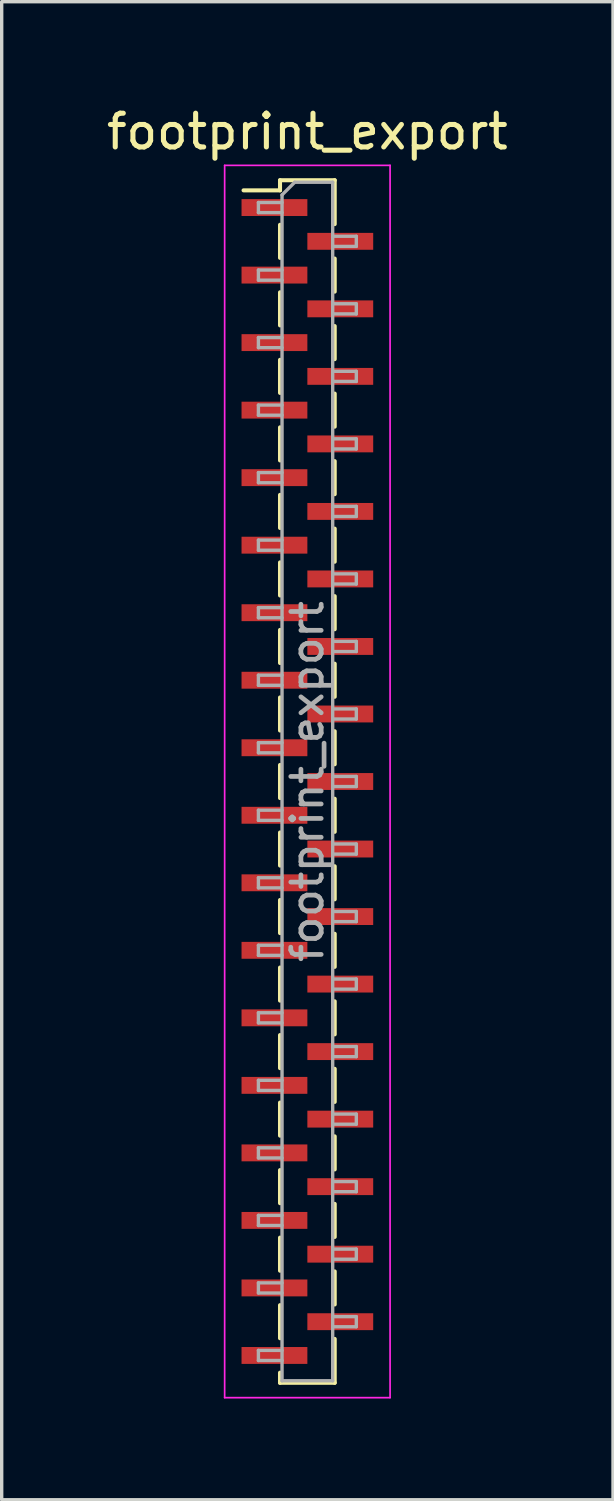
<source format=kicad_pcb>
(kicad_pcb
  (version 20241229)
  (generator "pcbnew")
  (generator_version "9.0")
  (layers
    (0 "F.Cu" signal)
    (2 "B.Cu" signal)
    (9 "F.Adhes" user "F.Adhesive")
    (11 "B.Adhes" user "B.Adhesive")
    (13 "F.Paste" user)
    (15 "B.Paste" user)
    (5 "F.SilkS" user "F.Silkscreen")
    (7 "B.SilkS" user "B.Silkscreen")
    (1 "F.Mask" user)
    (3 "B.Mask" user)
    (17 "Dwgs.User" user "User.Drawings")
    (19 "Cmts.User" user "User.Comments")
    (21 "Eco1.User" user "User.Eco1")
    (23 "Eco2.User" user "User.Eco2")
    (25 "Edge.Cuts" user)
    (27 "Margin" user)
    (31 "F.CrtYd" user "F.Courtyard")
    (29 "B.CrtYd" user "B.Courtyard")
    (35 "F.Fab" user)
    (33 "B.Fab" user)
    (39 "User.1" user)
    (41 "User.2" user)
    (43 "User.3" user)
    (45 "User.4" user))
  (footprint "footprint_export"
    (layer "F.Cu")
    (at 6.054 20.098)
    (property "Reference" "footprint_export" (at 0 -19.25 0) (layer "F.SilkS") (effects (font (size 1 1) (thickness 0.15))))
    (attr smd)
    (fp_line (start -1.89 -17.51) (end -0.81 -17.51) (stroke (width 0.12) (type solid)) (layer "F.SilkS"))
    (fp_line (start -0.81 -17.81) (end -0.81 -17.51) (stroke (width 0.12) (type solid)) (layer "F.SilkS"))
    (fp_line (start -0.81 -17.81) (end 0.81 -17.81) (stroke (width 0.12) (type solid)) (layer "F.SilkS"))
    (fp_line (start -0.81 -16.49) (end -0.81 -15.51) (stroke (width 0.12) (type solid)) (layer "F.SilkS"))
    (fp_line (start -0.81 -14.49) (end -0.81 -13.51) (stroke (width 0.12) (type solid)) (layer "F.SilkS"))
    (fp_line (start -0.81 -12.49) (end -0.81 -11.51) (stroke (width 0.12) (type solid)) (layer "F.SilkS"))
    (fp_line (start -0.81 -10.49) (end -0.81 -9.51) (stroke (width 0.12) (type solid)) (layer "F.SilkS"))
    (fp_line (start -0.81 -8.49) (end -0.81 -7.51) (stroke (width 0.12) (type solid)) (layer "F.SilkS"))
    (fp_line (start -0.81 -6.49) (end -0.81 -5.51) (stroke (width 0.12) (type solid)) (layer "F.SilkS"))
    (fp_line (start -0.81 -4.49) (end -0.81 -3.51) (stroke (width 0.12) (type solid)) (layer "F.SilkS"))
    (fp_line (start -0.81 -2.49) (end -0.81 -1.51) (stroke (width 0.12) (type solid)) (layer "F.SilkS"))
    (fp_line (start -0.81 -0.49) (end -0.81 0.49) (stroke (width 0.12) (type solid)) (layer "F.SilkS"))
    (fp_line (start -0.81 1.51) (end -0.81 2.49) (stroke (width 0.12) (type solid)) (layer "F.SilkS"))
    (fp_line (start -0.81 3.51) (end -0.81 4.49) (stroke (width 0.12) (type solid)) (layer "F.SilkS"))
    (fp_line (start -0.81 5.51) (end -0.81 6.49) (stroke (width 0.12) (type solid)) (layer "F.SilkS"))
    (fp_line (start -0.81 7.51) (end -0.81 8.49) (stroke (width 0.12) (type solid)) (layer "F.SilkS"))
    (fp_line (start -0.81 9.51) (end -0.81 10.49) (stroke (width 0.12) (type solid)) (layer "F.SilkS"))
    (fp_line (start -0.81 11.51) (end -0.81 12.49) (stroke (width 0.12) (type solid)) (layer "F.SilkS"))
    (fp_line (start -0.81 13.51) (end -0.81 14.49) (stroke (width 0.12) (type solid)) (layer "F.SilkS"))
    (fp_line (start -0.81 15.51) (end -0.81 16.49) (stroke (width 0.12) (type solid)) (layer "F.SilkS"))
    (fp_line (start -0.81 17.51) (end -0.81 17.81) (stroke (width 0.12) (type solid)) (layer "F.SilkS"))
    (fp_line (start -0.81 17.81) (end 0.81 17.81) (stroke (width 0.12) (type solid)) (layer "F.SilkS"))
    (fp_line (start 0.81 -17.81) (end 0.81 -16.51) (stroke (width 0.12) (type solid)) (layer "F.SilkS"))
    (fp_line (start 0.81 -15.49) (end 0.81 -14.51) (stroke (width 0.12) (type solid)) (layer "F.SilkS"))
    (fp_line (start 0.81 -13.49) (end 0.81 -12.51) (stroke (width 0.12) (type solid)) (layer "F.SilkS"))
    (fp_line (start 0.81 -11.49) (end 0.81 -10.51) (stroke (width 0.12) (type solid)) (layer "F.SilkS"))
    (fp_line (start 0.81 -9.49) (end 0.81 -8.51) (stroke (width 0.12) (type solid)) (layer "F.SilkS"))
    (fp_line (start 0.81 -7.49) (end 0.81 -6.51) (stroke (width 0.12) (type solid)) (layer "F.SilkS"))
    (fp_line (start 0.81 -5.49) (end 0.81 -4.51) (stroke (width 0.12) (type solid)) (layer "F.SilkS"))
    (fp_line (start 0.81 -3.49) (end 0.81 -2.51) (stroke (width 0.12) (type solid)) (layer "F.SilkS"))
    (fp_line (start 0.81 -1.49) (end 0.81 -0.51) (stroke (width 0.12) (type solid)) (layer "F.SilkS"))
    (fp_line (start 0.81 0.51) (end 0.81 1.49) (stroke (width 0.12) (type solid)) (layer "F.SilkS"))
    (fp_line (start 0.81 2.51) (end 0.81 3.49) (stroke (width 0.12) (type solid)) (layer "F.SilkS"))
    (fp_line (start 0.81 4.51) (end 0.81 5.49) (stroke (width 0.12) (type solid)) (layer "F.SilkS"))
    (fp_line (start 0.81 6.51) (end 0.81 7.49) (stroke (width 0.12) (type solid)) (layer "F.SilkS"))
    (fp_line (start 0.81 8.51) (end 0.81 9.49) (stroke (width 0.12) (type solid)) (layer "F.SilkS"))
    (fp_line (start 0.81 10.51) (end 0.81 11.49) (stroke (width 0.12) (type solid)) (layer "F.SilkS"))
    (fp_line (start 0.81 12.51) (end 0.81 13.49) (stroke (width 0.12) (type solid)) (layer "F.SilkS"))
    (fp_line (start 0.81 14.51) (end 0.81 15.49) (stroke (width 0.12) (type solid)) (layer "F.SilkS"))
    (fp_line (start 0.81 16.51) (end 0.81 17.81) (stroke (width 0.12) (type solid)) (layer "F.SilkS"))
    (fp_line (start -2.45 -18.25) (end 2.45 -18.25) (stroke (width 0.05) (type solid)) (layer "F.CrtYd"))
    (fp_line (start -2.45 18.25) (end -2.45 -18.25) (stroke (width 0.05) (type solid)) (layer "F.CrtYd"))
    (fp_line (start 2.45 -18.25) (end 2.45 18.25) (stroke (width 0.05) (type solid)) (layer "F.CrtYd"))
    (fp_line (start 2.45 18.25) (end -2.45 18.25) (stroke (width 0.05) (type solid)) (layer "F.CrtYd"))
    (fp_line (start -1.45 -17.15) (end -0.75 -17.15) (stroke (width 0.1) (type solid)) (layer "F.Fab"))
    (fp_line (start -1.45 -16.85) (end -1.45 -17.15) (stroke (width 0.1) (type solid)) (layer "F.Fab"))
    (fp_line (start -1.45 -15.15) (end -0.75 -15.15) (stroke (width 0.1) (type solid)) (layer "F.Fab"))
    (fp_line (start -1.45 -14.85) (end -1.45 -15.15) (stroke (width 0.1) (type solid)) (layer "F.Fab"))
    (fp_line (start -1.45 -13.15) (end -0.75 -13.15) (stroke (width 0.1) (type solid)) (layer "F.Fab"))
    (fp_line (start -1.45 -12.85) (end -1.45 -13.15) (stroke (width 0.1) (type solid)) (layer "F.Fab"))
    (fp_line (start -1.45 -11.15) (end -0.75 -11.15) (stroke (width 0.1) (type solid)) (layer "F.Fab"))
    (fp_line (start -1.45 -10.85) (end -1.45 -11.15) (stroke (width 0.1) (type solid)) (layer "F.Fab"))
    (fp_line (start -1.45 -9.15) (end -0.75 -9.15) (stroke (width 0.1) (type solid)) (layer "F.Fab"))
    (fp_line (start -1.45 -8.85) (end -1.45 -9.15) (stroke (width 0.1) (type solid)) (layer "F.Fab"))
    (fp_line (start -1.45 -7.15) (end -0.75 -7.15) (stroke (width 0.1) (type solid)) (layer "F.Fab"))
    (fp_line (start -1.45 -6.85) (end -1.45 -7.15) (stroke (width 0.1) (type solid)) (layer "F.Fab"))
    (fp_line (start -1.45 -5.15) (end -0.75 -5.15) (stroke (width 0.1) (type solid)) (layer "F.Fab"))
    (fp_line (start -1.45 -4.85) (end -1.45 -5.15) (stroke (width 0.1) (type solid)) (layer "F.Fab"))
    (fp_line (start -1.45 -3.15) (end -0.75 -3.15) (stroke (width 0.1) (type solid)) (layer "F.Fab"))
    (fp_line (start -1.45 -2.85) (end -1.45 -3.15) (stroke (width 0.1) (type solid)) (layer "F.Fab"))
    (fp_line (start -1.45 -1.15) (end -0.75 -1.15) (stroke (width 0.1) (type solid)) (layer "F.Fab"))
    (fp_line (start -1.45 -0.85) (end -1.45 -1.15) (stroke (width 0.1) (type solid)) (layer "F.Fab"))
    (fp_line (start -1.45 0.85) (end -0.75 0.85) (stroke (width 0.1) (type solid)) (layer "F.Fab"))
    (fp_line (start -1.45 1.15) (end -1.45 0.85) (stroke (width 0.1) (type solid)) (layer "F.Fab"))
    (fp_line (start -1.45 2.85) (end -0.75 2.85) (stroke (width 0.1) (type solid)) (layer "F.Fab"))
    (fp_line (start -1.45 3.15) (end -1.45 2.85) (stroke (width 0.1) (type solid)) (layer "F.Fab"))
    (fp_line (start -1.45 4.85) (end -0.75 4.85) (stroke (width 0.1) (type solid)) (layer "F.Fab"))
    (fp_line (start -1.45 5.15) (end -1.45 4.85) (stroke (width 0.1) (type solid)) (layer "F.Fab"))
    (fp_line (start -1.45 6.85) (end -0.75 6.85) (stroke (width 0.1) (type solid)) (layer "F.Fab"))
    (fp_line (start -1.45 7.15) (end -1.45 6.85) (stroke (width 0.1) (type solid)) (layer "F.Fab"))
    (fp_line (start -1.45 8.85) (end -0.75 8.85) (stroke (width 0.1) (type solid)) (layer "F.Fab"))
    (fp_line (start -1.45 9.15) (end -1.45 8.85) (stroke (width 0.1) (type solid)) (layer "F.Fab"))
    (fp_line (start -1.45 10.85) (end -0.75 10.85) (stroke (width 0.1) (type solid)) (layer "F.Fab"))
    (fp_line (start -1.45 11.15) (end -1.45 10.85) (stroke (width 0.1) (type solid)) (layer "F.Fab"))
    (fp_line (start -1.45 12.85) (end -0.75 12.85) (stroke (width 0.1) (type solid)) (layer "F.Fab"))
    (fp_line (start -1.45 13.15) (end -1.45 12.85) (stroke (width 0.1) (type solid)) (layer "F.Fab"))
    (fp_line (start -1.45 14.85) (end -0.75 14.85) (stroke (width 0.1) (type solid)) (layer "F.Fab"))
    (fp_line (start -1.45 15.15) (end -1.45 14.85) (stroke (width 0.1) (type solid)) (layer "F.Fab"))
    (fp_line (start -1.45 16.85) (end -0.75 16.85) (stroke (width 0.1) (type solid)) (layer "F.Fab"))
    (fp_line (start -1.45 17.15) (end -1.45 16.85) (stroke (width 0.1) (type solid)) (layer "F.Fab"))
    (fp_line (start -0.75 -17.375) (end -0.375 -17.75) (stroke (width 0.1) (type solid)) (layer "F.Fab"))
    (fp_line (start -0.75 -16.85) (end -1.45 -16.85) (stroke (width 0.1) (type solid)) (layer "F.Fab"))
    (fp_line (start -0.75 -14.85) (end -1.45 -14.85) (stroke (width 0.1) (type solid)) (layer "F.Fab"))
    (fp_line (start -0.75 -12.85) (end -1.45 -12.85) (stroke (width 0.1) (type solid)) (layer "F.Fab"))
    (fp_line (start -0.75 -10.85) (end -1.45 -10.85) (stroke (width 0.1) (type solid)) (layer "F.Fab"))
    (fp_line (start -0.75 -8.85) (end -1.45 -8.85) (stroke (width 0.1) (type solid)) (layer "F.Fab"))
    (fp_line (start -0.75 -6.85) (end -1.45 -6.85) (stroke (width 0.1) (type solid)) (layer "F.Fab"))
    (fp_line (start -0.75 -4.85) (end -1.45 -4.85) (stroke (width 0.1) (type solid)) (layer "F.Fab"))
    (fp_line (start -0.75 -2.85) (end -1.45 -2.85) (stroke (width 0.1) (type solid)) (layer "F.Fab"))
    (fp_line (start -0.75 -0.85) (end -1.45 -0.85) (stroke (width 0.1) (type solid)) (layer "F.Fab"))
    (fp_line (start -0.75 1.15) (end -1.45 1.15) (stroke (width 0.1) (type solid)) (layer "F.Fab"))
    (fp_line (start -0.75 3.15) (end -1.45 3.15) (stroke (width 0.1) (type solid)) (layer "F.Fab"))
    (fp_line (start -0.75 5.15) (end -1.45 5.15) (stroke (width 0.1) (type solid)) (layer "F.Fab"))
    (fp_line (start -0.75 7.15) (end -1.45 7.15) (stroke (width 0.1) (type solid)) (layer "F.Fab"))
    (fp_line (start -0.75 9.15) (end -1.45 9.15) (stroke (width 0.1) (type solid)) (layer "F.Fab"))
    (fp_line (start -0.75 11.15) (end -1.45 11.15) (stroke (width 0.1) (type solid)) (layer "F.Fab"))
    (fp_line (start -0.75 13.15) (end -1.45 13.15) (stroke (width 0.1) (type solid)) (layer "F.Fab"))
    (fp_line (start -0.75 15.15) (end -1.45 15.15) (stroke (width 0.1) (type solid)) (layer "F.Fab"))
    (fp_line (start -0.75 17.15) (end -1.45 17.15) (stroke (width 0.1) (type solid)) (layer "F.Fab"))
    (fp_line (start -0.75 17.75) (end -0.75 -17.375) (stroke (width 0.1) (type solid)) (layer "F.Fab"))
    (fp_line (start -0.375 -17.75) (end 0.75 -17.75) (stroke (width 0.1) (type solid)) (layer "F.Fab"))
    (fp_line (start 0.75 -17.75) (end 0.75 17.75) (stroke (width 0.1) (type solid)) (layer "F.Fab"))
    (fp_line (start 0.75 -16.15) (end 1.45 -16.15) (stroke (width 0.1) (type solid)) (layer "F.Fab"))
    (fp_line (start 0.75 -14.15) (end 1.45 -14.15) (stroke (width 0.1) (type solid)) (layer "F.Fab"))
    (fp_line (start 0.75 -12.15) (end 1.45 -12.15) (stroke (width 0.1) (type solid)) (layer "F.Fab"))
    (fp_line (start 0.75 -10.15) (end 1.45 -10.15) (stroke (width 0.1) (type solid)) (layer "F.Fab"))
    (fp_line (start 0.75 -8.15) (end 1.45 -8.15) (stroke (width 0.1) (type solid)) (layer "F.Fab"))
    (fp_line (start 0.75 -6.15) (end 1.45 -6.15) (stroke (width 0.1) (type solid)) (layer "F.Fab"))
    (fp_line (start 0.75 -4.15) (end 1.45 -4.15) (stroke (width 0.1) (type solid)) (layer "F.Fab"))
    (fp_line (start 0.75 -2.15) (end 1.45 -2.15) (stroke (width 0.1) (type solid)) (layer "F.Fab"))
    (fp_line (start 0.75 -0.15) (end 1.45 -0.15) (stroke (width 0.1) (type solid)) (layer "F.Fab"))
    (fp_line (start 0.75 1.85) (end 1.45 1.85) (stroke (width 0.1) (type solid)) (layer "F.Fab"))
    (fp_line (start 0.75 3.85) (end 1.45 3.85) (stroke (width 0.1) (type solid)) (layer "F.Fab"))
    (fp_line (start 0.75 5.85) (end 1.45 5.85) (stroke (width 0.1) (type solid)) (layer "F.Fab"))
    (fp_line (start 0.75 7.85) (end 1.45 7.85) (stroke (width 0.1) (type solid)) (layer "F.Fab"))
    (fp_line (start 0.75 9.85) (end 1.45 9.85) (stroke (width 0.1) (type solid)) (layer "F.Fab"))
    (fp_line (start 0.75 11.85) (end 1.45 11.85) (stroke (width 0.1) (type solid)) (layer "F.Fab"))
    (fp_line (start 0.75 13.85) (end 1.45 13.85) (stroke (width 0.1) (type solid)) (layer "F.Fab"))
    (fp_line (start 0.75 15.85) (end 1.45 15.85) (stroke (width 0.1) (type solid)) (layer "F.Fab"))
    (fp_line (start 0.75 17.75) (end -0.75 17.75) (stroke (width 0.1) (type solid)) (layer "F.Fab"))
    (fp_line (start 1.45 -16.15) (end 1.45 -15.85) (stroke (width 0.1) (type solid)) (layer "F.Fab"))
    (fp_line (start 1.45 -15.85) (end 0.75 -15.85) (stroke (width 0.1) (type solid)) (layer "F.Fab"))
    (fp_line (start 1.45 -14.15) (end 1.45 -13.85) (stroke (width 0.1) (type solid)) (layer "F.Fab"))
    (fp_line (start 1.45 -13.85) (end 0.75 -13.85) (stroke (width 0.1) (type solid)) (layer "F.Fab"))
    (fp_line (start 1.45 -12.15) (end 1.45 -11.85) (stroke (width 0.1) (type solid)) (layer "F.Fab"))
    (fp_line (start 1.45 -11.85) (end 0.75 -11.85) (stroke (width 0.1) (type solid)) (layer "F.Fab"))
    (fp_line (start 1.45 -10.15) (end 1.45 -9.85) (stroke (width 0.1) (type solid)) (layer "F.Fab"))
    (fp_line (start 1.45 -9.85) (end 0.75 -9.85) (stroke (width 0.1) (type solid)) (layer "F.Fab"))
    (fp_line (start 1.45 -8.15) (end 1.45 -7.85) (stroke (width 0.1) (type solid)) (layer "F.Fab"))
    (fp_line (start 1.45 -7.85) (end 0.75 -7.85) (stroke (width 0.1) (type solid)) (layer "F.Fab"))
    (fp_line (start 1.45 -6.15) (end 1.45 -5.85) (stroke (width 0.1) (type solid)) (layer "F.Fab"))
    (fp_line (start 1.45 -5.85) (end 0.75 -5.85) (stroke (width 0.1) (type solid)) (layer "F.Fab"))
    (fp_line (start 1.45 -4.15) (end 1.45 -3.85) (stroke (width 0.1) (type solid)) (layer "F.Fab"))
    (fp_line (start 1.45 -3.85) (end 0.75 -3.85) (stroke (width 0.1) (type solid)) (layer "F.Fab"))
    (fp_line (start 1.45 -2.15) (end 1.45 -1.85) (stroke (width 0.1) (type solid)) (layer "F.Fab"))
    (fp_line (start 1.45 -1.85) (end 0.75 -1.85) (stroke (width 0.1) (type solid)) (layer "F.Fab"))
    (fp_line (start 1.45 -0.15) (end 1.45 0.15) (stroke (width 0.1) (type solid)) (layer "F.Fab"))
    (fp_line (start 1.45 0.15) (end 0.75 0.15) (stroke (width 0.1) (type solid)) (layer "F.Fab"))
    (fp_line (start 1.45 1.85) (end 1.45 2.15) (stroke (width 0.1) (type solid)) (layer "F.Fab"))
    (fp_line (start 1.45 2.15) (end 0.75 2.15) (stroke (width 0.1) (type solid)) (layer "F.Fab"))
    (fp_line (start 1.45 3.85) (end 1.45 4.15) (stroke (width 0.1) (type solid)) (layer "F.Fab"))
    (fp_line (start 1.45 4.15) (end 0.75 4.15) (stroke (width 0.1) (type solid)) (layer "F.Fab"))
    (fp_line (start 1.45 5.85) (end 1.45 6.15) (stroke (width 0.1) (type solid)) (layer "F.Fab"))
    (fp_line (start 1.45 6.15) (end 0.75 6.15) (stroke (width 0.1) (type solid)) (layer "F.Fab"))
    (fp_line (start 1.45 7.85) (end 1.45 8.15) (stroke (width 0.1) (type solid)) (layer "F.Fab"))
    (fp_line (start 1.45 8.15) (end 0.75 8.15) (stroke (width 0.1) (type solid)) (layer "F.Fab"))
    (fp_line (start 1.45 9.85) (end 1.45 10.15) (stroke (width 0.1) (type solid)) (layer "F.Fab"))
    (fp_line (start 1.45 10.15) (end 0.75 10.15) (stroke (width 0.1) (type solid)) (layer "F.Fab"))
    (fp_line (start 1.45 11.85) (end 1.45 12.15) (stroke (width 0.1) (type solid)) (layer "F.Fab"))
    (fp_line (start 1.45 12.15) (end 0.75 12.15) (stroke (width 0.1) (type solid)) (layer "F.Fab"))
    (fp_line (start 1.45 13.85) (end 1.45 14.15) (stroke (width 0.1) (type solid)) (layer "F.Fab"))
    (fp_line (start 1.45 14.15) (end 0.75 14.15) (stroke (width 0.1) (type solid)) (layer "F.Fab"))
    (fp_line (start 1.45 15.85) (end 1.45 16.15) (stroke (width 0.1) (type solid)) (layer "F.Fab"))
    (fp_line (start 1.45 16.15) (end 0.75 16.15) (stroke (width 0.1) (type solid)) (layer "F.Fab"))
    (fp_text user "${REFERENCE}" (at 0 0 90) (layer "F.Fab") (effects (font (size 0.9 0.9) (thickness 0.14))))
    (pad "1" smd rect (at -0.975 -17) (size 1.95 0.5) (layers "F.Cu" "F.Mask" "F.Paste"))
    (pad "2" smd rect (at 0.975 -16) (size 1.95 0.5) (layers "F.Cu" "F.Mask" "F.Paste"))
    (pad "3" smd rect (at -0.975 -15) (size 1.95 0.5) (layers "F.Cu" "F.Mask" "F.Paste"))
    (pad "4" smd rect (at 0.975 -14) (size 1.95 0.5) (layers "F.Cu" "F.Mask" "F.Paste"))
    (pad "5" smd rect (at -0.975 -13) (size 1.95 0.5) (layers "F.Cu" "F.Mask" "F.Paste"))
    (pad "6" smd rect (at 0.975 -12) (size 1.95 0.5) (layers "F.Cu" "F.Mask" "F.Paste"))
    (pad "7" smd rect (at -0.975 -11) (size 1.95 0.5) (layers "F.Cu" "F.Mask" "F.Paste"))
    (pad "8" smd rect (at 0.975 -10) (size 1.95 0.5) (layers "F.Cu" "F.Mask" "F.Paste"))
    (pad "9" smd rect (at -0.975 -9) (size 1.95 0.5) (layers "F.Cu" "F.Mask" "F.Paste"))
    (pad "10" smd rect (at 0.975 -8) (size 1.95 0.5) (layers "F.Cu" "F.Mask" "F.Paste"))
    (pad "11" smd rect (at -0.975 -7) (size 1.95 0.5) (layers "F.Cu" "F.Mask" "F.Paste"))
    (pad "12" smd rect (at 0.975 -6) (size 1.95 0.5) (layers "F.Cu" "F.Mask" "F.Paste"))
    (pad "13" smd rect (at -0.975 -5) (size 1.95 0.5) (layers "F.Cu" "F.Mask" "F.Paste"))
    (pad "14" smd rect (at 0.975 -4) (size 1.95 0.5) (layers "F.Cu" "F.Mask" "F.Paste"))
    (pad "15" smd rect (at -0.975 -3) (size 1.95 0.5) (layers "F.Cu" "F.Mask" "F.Paste"))
    (pad "16" smd rect (at 0.975 -2) (size 1.95 0.5) (layers "F.Cu" "F.Mask" "F.Paste"))
    (pad "17" smd rect (at -0.975 -1) (size 1.95 0.5) (layers "F.Cu" "F.Mask" "F.Paste"))
    (pad "18" smd rect (at 0.975 0) (size 1.95 0.5) (layers "F.Cu" "F.Mask" "F.Paste"))
    (pad "19" smd rect (at -0.975 1) (size 1.95 0.5) (layers "F.Cu" "F.Mask" "F.Paste"))
    (pad "20" smd rect (at 0.975 2) (size 1.95 0.5) (layers "F.Cu" "F.Mask" "F.Paste"))
    (pad "21" smd rect (at -0.975 3) (size 1.95 0.5) (layers "F.Cu" "F.Mask" "F.Paste"))
    (pad "22" smd rect (at 0.975 4) (size 1.95 0.5) (layers "F.Cu" "F.Mask" "F.Paste"))
    (pad "23" smd rect (at -0.975 5) (size 1.95 0.5) (layers "F.Cu" "F.Mask" "F.Paste"))
    (pad "24" smd rect (at 0.975 6) (size 1.95 0.5) (layers "F.Cu" "F.Mask" "F.Paste"))
    (pad "25" smd rect (at -0.975 7) (size 1.95 0.5) (layers "F.Cu" "F.Mask" "F.Paste"))
    (pad "26" smd rect (at 0.975 8) (size 1.95 0.5) (layers "F.Cu" "F.Mask" "F.Paste"))
    (pad "27" smd rect (at -0.975 9) (size 1.95 0.5) (layers "F.Cu" "F.Mask" "F.Paste"))
    (pad "28" smd rect (at 0.975 10) (size 1.95 0.5) (layers "F.Cu" "F.Mask" "F.Paste"))
    (pad "29" smd rect (at -0.975 11) (size 1.95 0.5) (layers "F.Cu" "F.Mask" "F.Paste"))
    (pad "30" smd rect (at 0.975 12) (size 1.95 0.5) (layers "F.Cu" "F.Mask" "F.Paste"))
    (pad "31" smd rect (at -0.975 13) (size 1.95 0.5) (layers "F.Cu" "F.Mask" "F.Paste"))
    (pad "32" smd rect (at 0.975 14) (size 1.95 0.5) (layers "F.Cu" "F.Mask" "F.Paste"))
    (pad "33" smd rect (at -0.975 15) (size 1.95 0.5) (layers "F.Cu" "F.Mask" "F.Paste"))
    (pad "34" smd rect (at 0.975 16) (size 1.95 0.5) (layers "F.Cu" "F.Mask" "F.Paste"))
    (pad "35" smd rect (at -0.975 17) (size 1.95 0.5) (layers "F.Cu" "F.Mask" "F.Paste")))
  (gr_rect
    (start -3 -3)
    (end 15.107 41.373)
    (stroke (width 0.1) (type default))
    (fill no)
    (layer "Edge.Cuts")))
</source>
